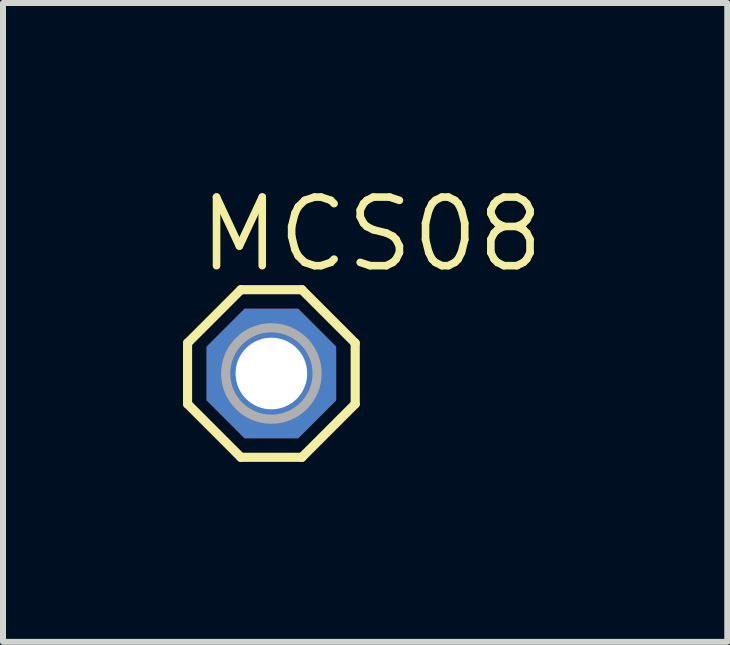
<source format=kicad_pcb>
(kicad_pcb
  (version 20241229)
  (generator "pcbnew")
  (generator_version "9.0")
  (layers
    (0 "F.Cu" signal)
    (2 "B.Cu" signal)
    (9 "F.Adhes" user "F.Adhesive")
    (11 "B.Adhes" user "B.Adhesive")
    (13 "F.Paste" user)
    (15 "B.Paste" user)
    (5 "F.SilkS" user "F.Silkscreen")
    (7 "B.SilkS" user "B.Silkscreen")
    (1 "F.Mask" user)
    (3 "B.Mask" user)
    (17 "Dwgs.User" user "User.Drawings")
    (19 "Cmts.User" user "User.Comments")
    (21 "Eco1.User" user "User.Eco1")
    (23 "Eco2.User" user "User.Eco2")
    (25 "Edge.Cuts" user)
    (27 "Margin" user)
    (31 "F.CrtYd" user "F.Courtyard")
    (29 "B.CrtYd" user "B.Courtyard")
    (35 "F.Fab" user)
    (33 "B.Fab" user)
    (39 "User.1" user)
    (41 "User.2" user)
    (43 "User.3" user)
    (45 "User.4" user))
  (footprint "MCS08"
    (layer "F.Cu")
    (at 1.473 3.175)
    (property "Reference" "MCS08" (at -1.27 -1.651 0) (layer "F.SilkS") (effects (font (size 1.143 1.143) (thickness 0.127)) (justify left bottom)))
    (fp_line (start -1.397 -0.508) (end -1.397 0.508) (stroke (width 0.152) (type solid)) (layer "F.SilkS"))
    (fp_line (start -1.397 -0.508) (end -0.508 -1.397) (stroke (width 0.152) (type solid)) (layer "F.SilkS"))
    (fp_line (start -0.508 -1.397) (end 0.508 -1.397) (stroke (width 0.152) (type solid)) (layer "F.SilkS"))
    (fp_line (start -0.508 1.397) (end -1.397 0.508) (stroke (width 0.152) (type solid)) (layer "F.SilkS"))
    (fp_line (start 0.508 -1.397) (end 1.397 -0.508) (stroke (width 0.152) (type solid)) (layer "F.SilkS"))
    (fp_line (start 0.508 1.397) (end -0.508 1.397) (stroke (width 0.152) (type solid)) (layer "F.SilkS"))
    (fp_line (start 0.508 1.397) (end 1.397 0.508) (stroke (width 0.152) (type solid)) (layer "F.SilkS"))
    (fp_line (start 1.397 -0.508) (end 1.397 0.508) (stroke (width 0.152) (type solid)) (layer "F.SilkS"))
    (fp_circle (center 0 0) (end 0.381 0) (stroke (width 0.254) (type solid)) (fill no) (layer "F.Fab"))
    (fp_circle (center 0 0) (end 0.762 0) (stroke (width 0.152) (type solid)) (fill no) (layer "F.Fab"))
    (pad "1" thru_hole roundrect (at 0 0) (size 2.159 2.159) (drill 1.194) (layers "*.Cu" "*.Mask") (roundrect_rratio 0.25) (chamfer_ratio 0.293) (chamfer top_left top_right bottom_left bottom_right)))
  (gr_rect
    (start -3 -3)
    (end 9.071 7.648)
    (stroke (width 0.1) (type default))
    (fill no)
    (layer "Edge.Cuts")))
</source>
